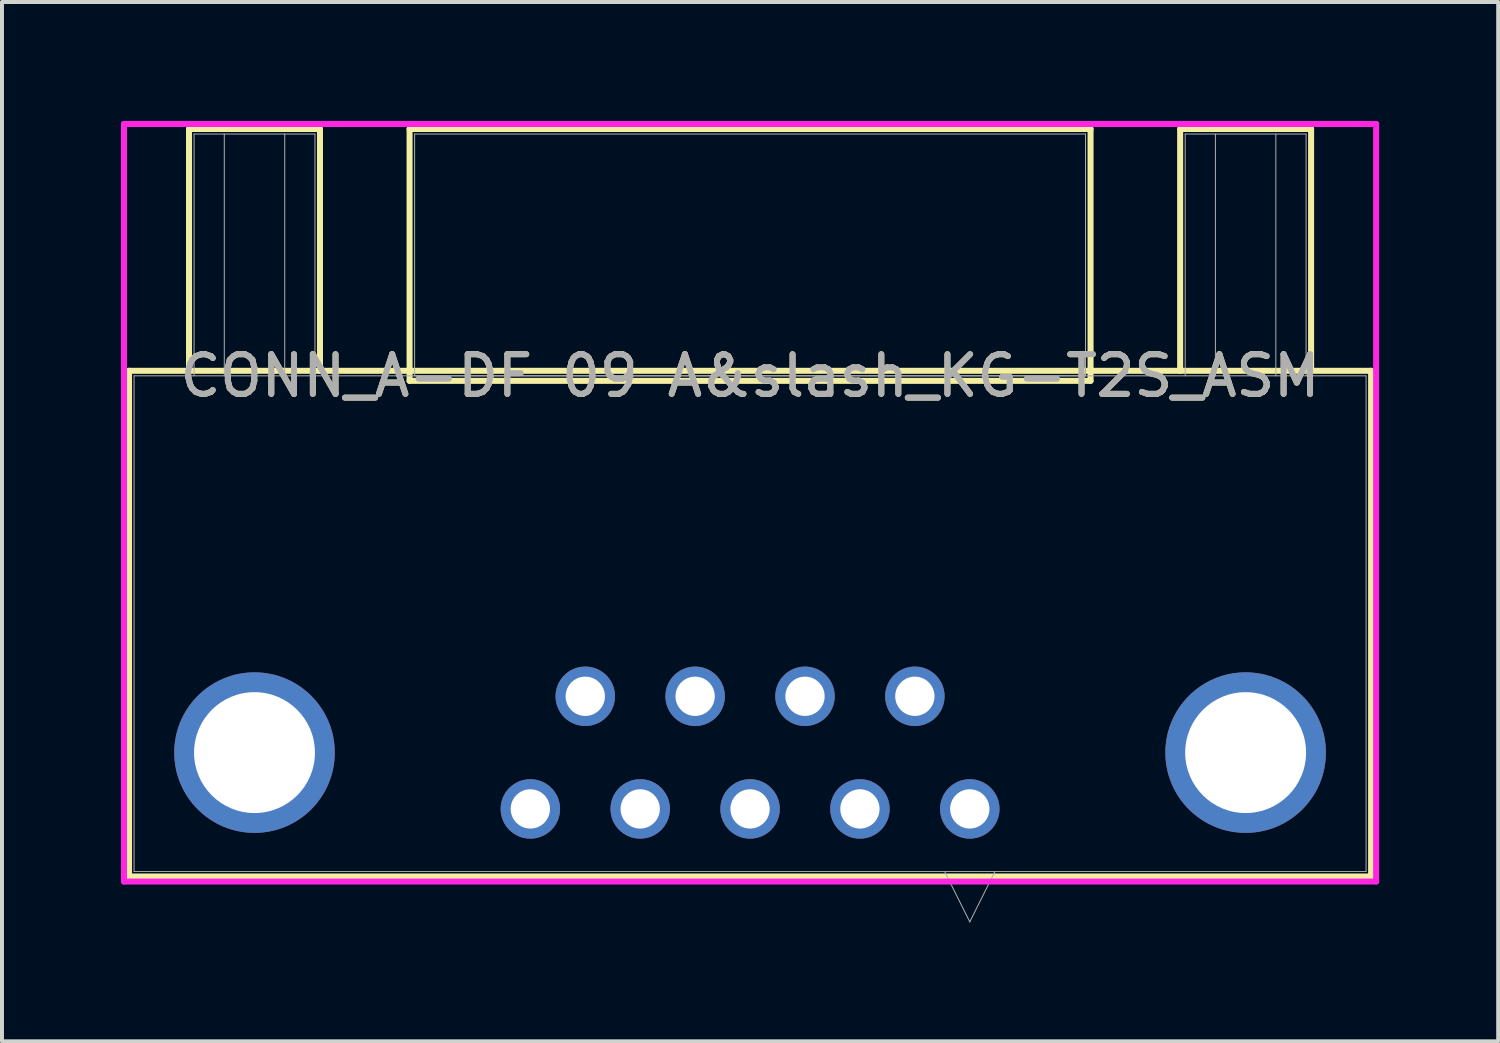
<source format=kicad_pcb>
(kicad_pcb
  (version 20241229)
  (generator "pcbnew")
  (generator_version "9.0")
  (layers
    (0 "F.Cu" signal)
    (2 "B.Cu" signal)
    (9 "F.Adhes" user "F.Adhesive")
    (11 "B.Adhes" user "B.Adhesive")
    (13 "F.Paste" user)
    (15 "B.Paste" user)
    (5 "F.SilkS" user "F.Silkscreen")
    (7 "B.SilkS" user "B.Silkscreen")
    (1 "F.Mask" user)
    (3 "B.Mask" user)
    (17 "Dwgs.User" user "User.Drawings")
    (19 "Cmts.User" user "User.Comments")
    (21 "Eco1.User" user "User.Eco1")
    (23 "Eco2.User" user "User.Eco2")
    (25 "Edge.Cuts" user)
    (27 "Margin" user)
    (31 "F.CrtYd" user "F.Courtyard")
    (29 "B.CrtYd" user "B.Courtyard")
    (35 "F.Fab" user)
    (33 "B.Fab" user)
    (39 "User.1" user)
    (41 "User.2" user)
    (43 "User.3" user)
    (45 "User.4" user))
  (footprint "CONN_A-DF 09 A&slash_KG-T2S_ASM"
    (layer "F.Cu")
    (at 15.862 6.426)
    (property "Reference" "CONN_A-DF 09 A&slash_KG-T2S_ASM" (at 0 0 0) (unlocked yes) (layer "F.SilkS") (effects (font (size 1 1) (thickness 0.15))))
    (attr through_hole)
    (fp_line (start -15.659 -0.127) (end -15.659 12.624) (stroke (width 0.152) (type solid)) (layer "F.SilkS"))
    (fp_line (start -15.659 12.624) (end 15.659 12.624) (stroke (width 0.152) (type solid)) (layer "F.SilkS"))
    (fp_line (start -14.146 -6.223) (end -10.844 -6.223) (stroke (width 0.152) (type solid)) (layer "F.SilkS"))
    (fp_line (start -14.146 -0.127) (end -14.146 -6.223) (stroke (width 0.152) (type solid)) (layer "F.SilkS"))
    (fp_line (start -10.844 -6.223) (end -10.844 -0.127) (stroke (width 0.152) (type solid)) (layer "F.SilkS"))
    (fp_line (start -8.585 -6.223) (end -8.585 0.127) (stroke (width 0.152) (type solid)) (layer "F.SilkS"))
    (fp_line (start -8.585 0.127) (end 8.585 0.127) (stroke (width 0.152) (type solid)) (layer "F.SilkS"))
    (fp_line (start 8.585 -6.223) (end -8.585 -6.223) (stroke (width 0.152) (type solid)) (layer "F.SilkS"))
    (fp_line (start 8.585 0.127) (end 8.585 -6.223) (stroke (width 0.152) (type solid)) (layer "F.SilkS"))
    (fp_line (start 10.844 -6.223) (end 14.146 -6.223) (stroke (width 0.152) (type solid)) (layer "F.SilkS"))
    (fp_line (start 10.844 -0.127) (end 10.844 -6.223) (stroke (width 0.152) (type solid)) (layer "F.SilkS"))
    (fp_line (start 14.146 -6.223) (end 14.146 -0.127) (stroke (width 0.152) (type solid)) (layer "F.SilkS"))
    (fp_line (start 15.659 -0.127) (end -15.659 -0.127) (stroke (width 0.152) (type solid)) (layer "F.SilkS"))
    (fp_line (start 15.659 12.624) (end 15.659 -0.127) (stroke (width 0.152) (type solid)) (layer "F.SilkS"))
    (fp_line (start -15.786 -6.35) (end -15.786 12.751) (stroke (width 0.152) (type solid)) (layer "F.CrtYd"))
    (fp_line (start -15.786 12.751) (end 15.786 12.751) (stroke (width 0.152) (type solid)) (layer "F.CrtYd"))
    (fp_line (start 15.786 -6.35) (end -15.786 -6.35) (stroke (width 0.152) (type solid)) (layer "F.CrtYd"))
    (fp_line (start 15.786 12.751) (end 15.786 -6.35) (stroke (width 0.152) (type solid)) (layer "F.CrtYd"))
    (fp_line (start -15.532 0) (end -15.532 12.497) (stroke (width 0.025) (type solid)) (layer "F.Fab"))
    (fp_line (start -15.532 12.497) (end 15.532 12.497) (stroke (width 0.025) (type solid)) (layer "F.Fab"))
    (fp_line (start -14.019 -6.096) (end -10.971 -6.096) (stroke (width 0.025) (type solid)) (layer "F.Fab"))
    (fp_line (start -14.019 0) (end -14.019 -6.096) (stroke (width 0.025) (type solid)) (layer "F.Fab"))
    (fp_line (start -13.257 0) (end -13.257 -6.096) (stroke (width 0.025) (type solid)) (layer "F.Fab"))
    (fp_line (start -11.733 -6.096) (end -11.733 0) (stroke (width 0.025) (type solid)) (layer "F.Fab"))
    (fp_line (start -10.971 -6.096) (end -10.971 0) (stroke (width 0.025) (type solid)) (layer "F.Fab"))
    (fp_line (start -8.458 -6.096) (end -8.458 0) (stroke (width 0.025) (type solid)) (layer "F.Fab"))
    (fp_line (start -8.458 0) (end 8.458 0) (stroke (width 0.025) (type solid)) (layer "F.Fab"))
    (fp_line (start 4.905 12.497) (end 5.54 13.767) (stroke (width 0.025) (type solid)) (layer "F.Fab"))
    (fp_line (start 6.175 12.497) (end 5.54 13.767) (stroke (width 0.025) (type solid)) (layer "F.Fab"))
    (fp_line (start 8.458 -6.096) (end -8.458 -6.096) (stroke (width 0.025) (type solid)) (layer "F.Fab"))
    (fp_line (start 8.458 0) (end 8.458 -6.096) (stroke (width 0.025) (type solid)) (layer "F.Fab"))
    (fp_line (start 10.971 -6.096) (end 14.019 -6.096) (stroke (width 0.025) (type solid)) (layer "F.Fab"))
    (fp_line (start 10.971 0) (end 10.971 -6.096) (stroke (width 0.025) (type solid)) (layer "F.Fab"))
    (fp_line (start 11.733 0) (end 11.733 -6.096) (stroke (width 0.025) (type solid)) (layer "F.Fab"))
    (fp_line (start 13.257 -6.096) (end 13.257 0) (stroke (width 0.025) (type solid)) (layer "F.Fab"))
    (fp_line (start 14.019 -6.096) (end 14.019 0) (stroke (width 0.025) (type solid)) (layer "F.Fab"))
    (fp_line (start 15.532 0) (end -15.532 0) (stroke (width 0.025) (type solid)) (layer "F.Fab"))
    (fp_line (start 15.532 12.497) (end 15.532 0) (stroke (width 0.025) (type solid)) (layer "F.Fab"))
    (fp_text user "${REFERENCE}" (at 0 0 0) (unlocked yes) (layer "F.Fab") (effects (font (size 1 1) (thickness 0.15))))
    (pad "1" thru_hole circle (at 5.54 10.92) (size 1.499 1.499) (drill 0.991) (layers "*.Cu" "*.Mask"))
    (pad "2" thru_hole circle (at 2.77 10.92) (size 1.499 1.499) (drill 0.991) (layers "*.Cu" "*.Mask"))
    (pad "3" thru_hole circle (at 0 10.92) (size 1.499 1.499) (drill 0.991) (layers "*.Cu" "*.Mask"))
    (pad "4" thru_hole circle (at -2.77 10.92) (size 1.499 1.499) (drill 0.991) (layers "*.Cu" "*.Mask"))
    (pad "5" thru_hole circle (at -5.54 10.92) (size 1.499 1.499) (drill 0.991) (layers "*.Cu" "*.Mask"))
    (pad "6" thru_hole circle (at 4.155 8.08) (size 1.499 1.499) (drill 0.991) (layers "*.Cu" "*.Mask"))
    (pad "7" thru_hole circle (at 1.385 8.08) (size 1.499 1.499) (drill 0.991) (layers "*.Cu" "*.Mask"))
    (pad "8" thru_hole circle (at -1.385 8.08) (size 1.499 1.499) (drill 0.991) (layers "*.Cu" "*.Mask"))
    (pad "9" thru_hole circle (at -4.155 8.08) (size 1.499 1.499) (drill 0.991) (layers "*.Cu" "*.Mask"))
    (pad "10" thru_hole circle (at -12.495 9.5) (size 4.048 4.048) (drill 3.048) (layers "*.Cu" "*.Mask"))
    (pad "11" thru_hole circle (at 12.495 9.5) (size 4.048 4.048) (drill 3.048) (layers "*.Cu" "*.Mask")))
  (gr_rect
    (start -3 -3)
    (end 34.725 23.206)
    (stroke (width 0.1) (type default))
    (fill no)
    (layer "Edge.Cuts")))
</source>
